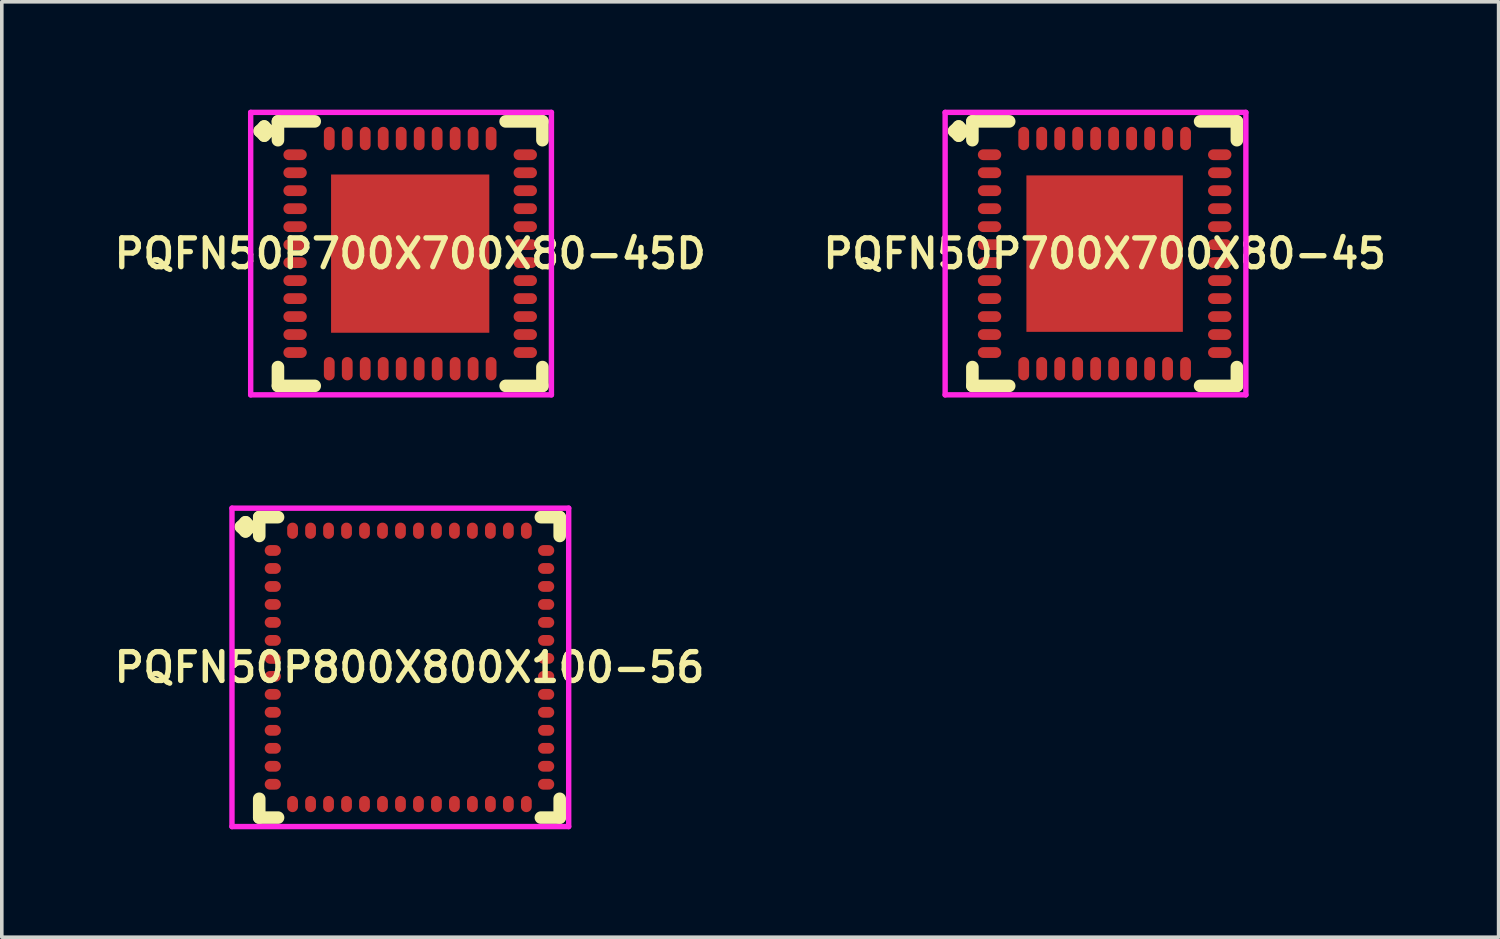
<source format=kicad_pcb>
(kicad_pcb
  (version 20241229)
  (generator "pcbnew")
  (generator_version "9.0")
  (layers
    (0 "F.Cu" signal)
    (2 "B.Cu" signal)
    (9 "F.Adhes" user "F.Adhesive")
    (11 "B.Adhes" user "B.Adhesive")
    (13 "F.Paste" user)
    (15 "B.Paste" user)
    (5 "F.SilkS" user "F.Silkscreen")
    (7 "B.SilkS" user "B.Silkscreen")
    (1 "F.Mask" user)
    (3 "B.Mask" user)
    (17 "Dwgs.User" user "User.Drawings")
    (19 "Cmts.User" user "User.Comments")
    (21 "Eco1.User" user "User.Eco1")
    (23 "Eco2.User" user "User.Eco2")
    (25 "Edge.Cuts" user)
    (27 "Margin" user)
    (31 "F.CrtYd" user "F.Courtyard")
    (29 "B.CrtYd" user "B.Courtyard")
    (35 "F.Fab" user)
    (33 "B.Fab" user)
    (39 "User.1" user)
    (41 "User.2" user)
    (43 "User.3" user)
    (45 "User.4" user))
  (footprint "PQFN50P700X700X80-45D"
    (layer "F.Cu")
    (at 8.355 4.002)
    (property "Reference" "PQFN50P700X700X80-45D" (at 0 0 0) (layer "F.SilkS") (effects (font (size 0.8 0.8) (thickness 0.15))))
    (attr smd)
    (fp_line (start -4.185 -3.408) (end -4.058 -3.535) (stroke (width 0.35) (type solid)) (layer "F.SilkS"))
    (fp_line (start -4.058 -3.535) (end -3.931 -3.408) (stroke (width 0.35) (type solid)) (layer "F.SilkS"))
    (fp_line (start -4.058 -3.281) (end -4.185 -3.408) (stroke (width 0.35) (type solid)) (layer "F.SilkS"))
    (fp_line (start -3.931 -3.408) (end -4.058 -3.281) (stroke (width 0.35) (type solid)) (layer "F.SilkS"))
    (fp_line (start -3.677 -3.677) (end -2.654 -3.677) (stroke (width 0.35) (type solid)) (layer "F.SilkS"))
    (fp_line (start -3.677 -3.154) (end -3.677 -3.677) (stroke (width 0.35) (type solid)) (layer "F.SilkS"))
    (fp_line (start -3.677 3.154) (end -3.677 3.677) (stroke (width 0.35) (type solid)) (layer "F.SilkS"))
    (fp_line (start -3.677 3.677) (end -2.654 3.677) (stroke (width 0.35) (type solid)) (layer "F.SilkS"))
    (fp_line (start 2.654 -3.677) (end 3.677 -3.677) (stroke (width 0.35) (type solid)) (layer "F.SilkS"))
    (fp_line (start 2.654 3.677) (end 3.677 3.677) (stroke (width 0.35) (type solid)) (layer "F.SilkS"))
    (fp_line (start 3.677 -3.677) (end 3.677 -3.154) (stroke (width 0.35) (type solid)) (layer "F.SilkS"))
    (fp_line (start 3.677 3.677) (end 3.677 3.154) (stroke (width 0.35) (type solid)) (layer "F.SilkS"))
    (fp_line (start -4.435 -3.927) (end 3.927 -3.927) (stroke (width 0.15) (type solid)) (layer "F.CrtYd"))
    (fp_line (start -4.435 3.927) (end -4.435 -3.927) (stroke (width 0.15) (type solid)) (layer "F.CrtYd"))
    (fp_line (start 3.927 -3.927) (end 3.927 3.927) (stroke (width 0.15) (type solid)) (layer "F.CrtYd"))
    (fp_line (start 3.927 3.927) (end -4.435 3.927) (stroke (width 0.15) (type solid)) (layer "F.CrtYd"))
    (pad "1" smd oval (at -3.2 -2.75) (size 0.65 0.3) (layers "F.Cu" "F.Mask" "F.Paste"))
    (pad "2" smd oval (at -3.2 -2.25) (size 0.65 0.3) (layers "F.Cu" "F.Mask" "F.Paste"))
    (pad "3" smd oval (at -3.2 -1.75) (size 0.65 0.3) (layers "F.Cu" "F.Mask" "F.Paste"))
    (pad "4" smd oval (at -3.2 -1.25) (size 0.65 0.3) (layers "F.Cu" "F.Mask" "F.Paste"))
    (pad "5" smd oval (at -3.2 -0.75) (size 0.65 0.3) (layers "F.Cu" "F.Mask" "F.Paste"))
    (pad "6" smd oval (at -3.2 -0.25) (size 0.65 0.3) (layers "F.Cu" "F.Mask" "F.Paste"))
    (pad "7" smd oval (at -3.2 0.25) (size 0.65 0.3) (layers "F.Cu" "F.Mask" "F.Paste"))
    (pad "8" smd oval (at -3.2 0.75) (size 0.65 0.3) (layers "F.Cu" "F.Mask" "F.Paste"))
    (pad "9" smd oval (at -3.2 1.25) (size 0.65 0.3) (layers "F.Cu" "F.Mask" "F.Paste"))
    (pad "10" smd oval (at -3.2 1.75) (size 0.65 0.3) (layers "F.Cu" "F.Mask" "F.Paste"))
    (pad "11" smd oval (at -3.2 2.25) (size 0.65 0.3) (layers "F.Cu" "F.Mask" "F.Paste"))
    (pad "12" smd oval (at -3.2 2.75) (size 0.65 0.3) (layers "F.Cu" "F.Mask" "F.Paste"))
    (pad "13" smd oval (at -2.25 3.2) (size 0.3 0.65) (layers "F.Cu" "F.Mask" "F.Paste"))
    (pad "14" smd oval (at -1.75 3.2) (size 0.3 0.65) (layers "F.Cu" "F.Mask" "F.Paste"))
    (pad "15" smd oval (at -1.25 3.2) (size 0.3 0.65) (layers "F.Cu" "F.Mask" "F.Paste"))
    (pad "16" smd oval (at -0.75 3.2) (size 0.3 0.65) (layers "F.Cu" "F.Mask" "F.Paste"))
    (pad "17" smd oval (at -0.25 3.2) (size 0.3 0.65) (layers "F.Cu" "F.Mask" "F.Paste"))
    (pad "18" smd oval (at 0.25 3.2) (size 0.3 0.65) (layers "F.Cu" "F.Mask" "F.Paste"))
    (pad "19" smd oval (at 0.75 3.2) (size 0.3 0.65) (layers "F.Cu" "F.Mask" "F.Paste"))
    (pad "20" smd oval (at 1.25 3.2) (size 0.3 0.65) (layers "F.Cu" "F.Mask" "F.Paste"))
    (pad "21" smd oval (at 1.75 3.2) (size 0.3 0.65) (layers "F.Cu" "F.Mask" "F.Paste"))
    (pad "22" smd oval (at 2.25 3.2) (size 0.3 0.65) (layers "F.Cu" "F.Mask" "F.Paste"))
    (pad "23" smd oval (at 3.2 2.75) (size 0.65 0.3) (layers "F.Cu" "F.Mask" "F.Paste"))
    (pad "24" smd oval (at 3.2 2.25) (size 0.65 0.3) (layers "F.Cu" "F.Mask" "F.Paste"))
    (pad "25" smd oval (at 3.2 1.75) (size 0.65 0.3) (layers "F.Cu" "F.Mask" "F.Paste"))
    (pad "26" smd oval (at 3.2 1.25) (size 0.65 0.3) (layers "F.Cu" "F.Mask" "F.Paste"))
    (pad "27" smd oval (at 3.2 0.75) (size 0.65 0.3) (layers "F.Cu" "F.Mask" "F.Paste"))
    (pad "28" smd oval (at 3.2 0.25) (size 0.65 0.3) (layers "F.Cu" "F.Mask" "F.Paste"))
    (pad "29" smd oval (at 3.2 -0.25) (size 0.65 0.3) (layers "F.Cu" "F.Mask" "F.Paste"))
    (pad "30" smd oval (at 3.2 -0.75) (size 0.65 0.3) (layers "F.Cu" "F.Mask" "F.Paste"))
    (pad "31" smd oval (at 3.2 -1.25) (size 0.65 0.3) (layers "F.Cu" "F.Mask" "F.Paste"))
    (pad "32" smd oval (at 3.2 -1.75) (size 0.65 0.3) (layers "F.Cu" "F.Mask" "F.Paste"))
    (pad "33" smd oval (at 3.2 -2.25) (size 0.65 0.3) (layers "F.Cu" "F.Mask" "F.Paste"))
    (pad "34" smd oval (at 3.2 -2.75) (size 0.65 0.3) (layers "F.Cu" "F.Mask" "F.Paste"))
    (pad "35" smd oval (at 2.25 -3.2) (size 0.3 0.65) (layers "F.Cu" "F.Mask" "F.Paste"))
    (pad "36" smd oval (at 1.75 -3.2) (size 0.3 0.65) (layers "F.Cu" "F.Mask" "F.Paste"))
    (pad "37" smd oval (at 1.25 -3.2) (size 0.3 0.65) (layers "F.Cu" "F.Mask" "F.Paste"))
    (pad "38" smd oval (at 0.75 -3.2) (size 0.3 0.65) (layers "F.Cu" "F.Mask" "F.Paste"))
    (pad "39" smd oval (at 0.25 -3.2) (size 0.3 0.65) (layers "F.Cu" "F.Mask" "F.Paste"))
    (pad "40" smd oval (at -0.25 -3.2) (size 0.3 0.65) (layers "F.Cu" "F.Mask" "F.Paste"))
    (pad "41" smd oval (at -0.75 -3.2) (size 0.3 0.65) (layers "F.Cu" "F.Mask" "F.Paste"))
    (pad "42" smd oval (at -1.25 -3.2) (size 0.3 0.65) (layers "F.Cu" "F.Mask" "F.Paste"))
    (pad "43" smd oval (at -1.75 -3.2) (size 0.3 0.65) (layers "F.Cu" "F.Mask" "F.Paste"))
    (pad "44" smd oval (at -2.25 -3.2) (size 0.3 0.65) (layers "F.Cu" "F.Mask" "F.Paste"))
    (pad "45" smd rect (at 0 0) (size 4.4 4.4) (layers "F.Cu" "F.Mask" "F.Paste")))
  (footprint "PQFN50P700X700X80-45"
    (layer "F.Cu")
    (at 27.664 4.002)
    (property "Reference" "PQFN50P700X700X80-45" (at 0 0 0) (layer "F.SilkS") (effects (font (size 0.8 0.8) (thickness 0.15))))
    (attr smd)
    (fp_line (start -4.185 -3.408) (end -4.058 -3.535) (stroke (width 0.35) (type solid)) (layer "F.SilkS"))
    (fp_line (start -4.058 -3.535) (end -3.931 -3.408) (stroke (width 0.35) (type solid)) (layer "F.SilkS"))
    (fp_line (start -4.058 -3.281) (end -4.185 -3.408) (stroke (width 0.35) (type solid)) (layer "F.SilkS"))
    (fp_line (start -3.931 -3.408) (end -4.058 -3.281) (stroke (width 0.35) (type solid)) (layer "F.SilkS"))
    (fp_line (start -3.677 -3.677) (end -2.654 -3.677) (stroke (width 0.35) (type solid)) (layer "F.SilkS"))
    (fp_line (start -3.677 -3.154) (end -3.677 -3.677) (stroke (width 0.35) (type solid)) (layer "F.SilkS"))
    (fp_line (start -3.677 3.154) (end -3.677 3.677) (stroke (width 0.35) (type solid)) (layer "F.SilkS"))
    (fp_line (start -3.677 3.677) (end -2.654 3.677) (stroke (width 0.35) (type solid)) (layer "F.SilkS"))
    (fp_line (start 2.654 -3.677) (end 3.677 -3.677) (stroke (width 0.35) (type solid)) (layer "F.SilkS"))
    (fp_line (start 2.654 3.677) (end 3.677 3.677) (stroke (width 0.35) (type solid)) (layer "F.SilkS"))
    (fp_line (start 3.677 -3.677) (end 3.677 -3.154) (stroke (width 0.35) (type solid)) (layer "F.SilkS"))
    (fp_line (start 3.677 3.677) (end 3.677 3.154) (stroke (width 0.35) (type solid)) (layer "F.SilkS"))
    (fp_line (start -4.435 -3.927) (end 3.927 -3.927) (stroke (width 0.15) (type solid)) (layer "F.CrtYd"))
    (fp_line (start -4.435 3.927) (end -4.435 -3.927) (stroke (width 0.15) (type solid)) (layer "F.CrtYd"))
    (fp_line (start 3.927 -3.927) (end 3.927 3.927) (stroke (width 0.15) (type solid)) (layer "F.CrtYd"))
    (fp_line (start 3.927 3.927) (end -4.435 3.927) (stroke (width 0.15) (type solid)) (layer "F.CrtYd"))
    (pad "1" smd oval (at -3.2 -2.75) (size 0.65 0.3) (layers "F.Cu" "F.Mask" "F.Paste"))
    (pad "2" smd oval (at -3.2 -2.25) (size 0.65 0.3) (layers "F.Cu" "F.Mask" "F.Paste"))
    (pad "3" smd oval (at -3.2 -1.75) (size 0.65 0.3) (layers "F.Cu" "F.Mask" "F.Paste"))
    (pad "4" smd oval (at -3.2 -1.25) (size 0.65 0.3) (layers "F.Cu" "F.Mask" "F.Paste"))
    (pad "5" smd oval (at -3.2 -0.75) (size 0.65 0.3) (layers "F.Cu" "F.Mask" "F.Paste"))
    (pad "6" smd oval (at -3.2 -0.25) (size 0.65 0.3) (layers "F.Cu" "F.Mask" "F.Paste"))
    (pad "7" smd oval (at -3.2 0.25) (size 0.65 0.3) (layers "F.Cu" "F.Mask" "F.Paste"))
    (pad "8" smd oval (at -3.2 0.75) (size 0.65 0.3) (layers "F.Cu" "F.Mask" "F.Paste"))
    (pad "9" smd oval (at -3.2 1.25) (size 0.65 0.3) (layers "F.Cu" "F.Mask" "F.Paste"))
    (pad "10" smd oval (at -3.2 1.75) (size 0.65 0.3) (layers "F.Cu" "F.Mask" "F.Paste"))
    (pad "11" smd oval (at -3.2 2.25) (size 0.65 0.3) (layers "F.Cu" "F.Mask" "F.Paste"))
    (pad "12" smd oval (at -3.2 2.75) (size 0.65 0.3) (layers "F.Cu" "F.Mask" "F.Paste"))
    (pad "13" smd oval (at -2.25 3.2) (size 0.3 0.65) (layers "F.Cu" "F.Mask" "F.Paste"))
    (pad "14" smd oval (at -1.75 3.2) (size 0.3 0.65) (layers "F.Cu" "F.Mask" "F.Paste"))
    (pad "15" smd oval (at -1.25 3.2) (size 0.3 0.65) (layers "F.Cu" "F.Mask" "F.Paste"))
    (pad "16" smd oval (at -0.75 3.2) (size 0.3 0.65) (layers "F.Cu" "F.Mask" "F.Paste"))
    (pad "17" smd oval (at -0.25 3.2) (size 0.3 0.65) (layers "F.Cu" "F.Mask" "F.Paste"))
    (pad "18" smd oval (at 0.25 3.2) (size 0.3 0.65) (layers "F.Cu" "F.Mask" "F.Paste"))
    (pad "19" smd oval (at 0.75 3.2) (size 0.3 0.65) (layers "F.Cu" "F.Mask" "F.Paste"))
    (pad "20" smd oval (at 1.25 3.2) (size 0.3 0.65) (layers "F.Cu" "F.Mask" "F.Paste"))
    (pad "21" smd oval (at 1.75 3.2) (size 0.3 0.65) (layers "F.Cu" "F.Mask" "F.Paste"))
    (pad "22" smd oval (at 2.25 3.2) (size 0.3 0.65) (layers "F.Cu" "F.Mask" "F.Paste"))
    (pad "23" smd oval (at 3.2 2.75) (size 0.65 0.3) (layers "F.Cu" "F.Mask" "F.Paste"))
    (pad "24" smd oval (at 3.2 2.25) (size 0.65 0.3) (layers "F.Cu" "F.Mask" "F.Paste"))
    (pad "25" smd oval (at 3.2 1.75) (size 0.65 0.3) (layers "F.Cu" "F.Mask" "F.Paste"))
    (pad "26" smd oval (at 3.2 1.25) (size 0.65 0.3) (layers "F.Cu" "F.Mask" "F.Paste"))
    (pad "27" smd oval (at 3.2 0.75) (size 0.65 0.3) (layers "F.Cu" "F.Mask" "F.Paste"))
    (pad "28" smd oval (at 3.2 0.25) (size 0.65 0.3) (layers "F.Cu" "F.Mask" "F.Paste"))
    (pad "29" smd oval (at 3.2 -0.25) (size 0.65 0.3) (layers "F.Cu" "F.Mask" "F.Paste"))
    (pad "30" smd oval (at 3.2 -0.75) (size 0.65 0.3) (layers "F.Cu" "F.Mask" "F.Paste"))
    (pad "31" smd oval (at 3.2 -1.25) (size 0.65 0.3) (layers "F.Cu" "F.Mask" "F.Paste"))
    (pad "32" smd oval (at 3.2 -1.75) (size 0.65 0.3) (layers "F.Cu" "F.Mask" "F.Paste"))
    (pad "33" smd oval (at 3.2 -2.25) (size 0.65 0.3) (layers "F.Cu" "F.Mask" "F.Paste"))
    (pad "34" smd oval (at 3.2 -2.75) (size 0.65 0.3) (layers "F.Cu" "F.Mask" "F.Paste"))
    (pad "35" smd oval (at 2.25 -3.2) (size 0.3 0.65) (layers "F.Cu" "F.Mask" "F.Paste"))
    (pad "36" smd oval (at 1.75 -3.2) (size 0.3 0.65) (layers "F.Cu" "F.Mask" "F.Paste"))
    (pad "37" smd oval (at 1.25 -3.2) (size 0.3 0.65) (layers "F.Cu" "F.Mask" "F.Paste"))
    (pad "38" smd oval (at 0.75 -3.2) (size 0.3 0.65) (layers "F.Cu" "F.Mask" "F.Paste"))
    (pad "39" smd oval (at 0.25 -3.2) (size 0.3 0.65) (layers "F.Cu" "F.Mask" "F.Paste"))
    (pad "40" smd oval (at -0.25 -3.2) (size 0.3 0.65) (layers "F.Cu" "F.Mask" "F.Paste"))
    (pad "41" smd oval (at -0.75 -3.2) (size 0.3 0.65) (layers "F.Cu" "F.Mask" "F.Paste"))
    (pad "42" smd oval (at -1.25 -3.2) (size 0.3 0.65) (layers "F.Cu" "F.Mask" "F.Paste"))
    (pad "43" smd oval (at -1.75 -3.2) (size 0.3 0.65) (layers "F.Cu" "F.Mask" "F.Paste"))
    (pad "44" smd oval (at -2.25 -3.2) (size 0.3 0.65) (layers "F.Cu" "F.Mask" "F.Paste"))
    (pad "45" smd rect (at 0 0) (size 4.35 4.35) (layers "F.Cu" "F.Mask" "F.Paste")))
  (footprint "PQFN50P800X800X100-56"
    (layer "F.Cu")
    (at 8.335 15.506)
    (property "Reference" "PQFN50P800X800X100-56" (at 0 0 0) (layer "F.SilkS") (effects (font (size 0.8 0.8) (thickness 0.15))))
    (attr smd)
    (fp_line (start -4.685 -3.908) (end -4.558 -4.035) (stroke (width 0.35) (type solid)) (layer "F.SilkS"))
    (fp_line (start -4.558 -4.035) (end -4.431 -3.908) (stroke (width 0.35) (type solid)) (layer "F.SilkS"))
    (fp_line (start -4.558 -3.781) (end -4.685 -3.908) (stroke (width 0.35) (type solid)) (layer "F.SilkS"))
    (fp_line (start -4.431 -3.908) (end -4.558 -3.781) (stroke (width 0.35) (type solid)) (layer "F.SilkS"))
    (fp_line (start -4.177 -4.177) (end -3.654 -4.177) (stroke (width 0.35) (type solid)) (layer "F.SilkS"))
    (fp_line (start -4.177 -3.654) (end -4.177 -4.177) (stroke (width 0.35) (type solid)) (layer "F.SilkS"))
    (fp_line (start -4.177 3.654) (end -4.177 4.177) (stroke (width 0.35) (type solid)) (layer "F.SilkS"))
    (fp_line (start -4.177 4.177) (end -3.654 4.177) (stroke (width 0.35) (type solid)) (layer "F.SilkS"))
    (fp_line (start 3.654 -4.177) (end 4.177 -4.177) (stroke (width 0.35) (type solid)) (layer "F.SilkS"))
    (fp_line (start 3.654 4.177) (end 4.177 4.177) (stroke (width 0.35) (type solid)) (layer "F.SilkS"))
    (fp_line (start 4.177 -4.177) (end 4.177 -3.654) (stroke (width 0.35) (type solid)) (layer "F.SilkS"))
    (fp_line (start 4.177 4.177) (end 4.177 3.654) (stroke (width 0.35) (type solid)) (layer "F.SilkS"))
    (fp_line (start -4.935 -4.427) (end 4.427 -4.427) (stroke (width 0.15) (type solid)) (layer "F.CrtYd"))
    (fp_line (start -4.935 4.427) (end -4.935 -4.427) (stroke (width 0.15) (type solid)) (layer "F.CrtYd"))
    (fp_line (start 4.427 -4.427) (end 4.427 4.427) (stroke (width 0.15) (type solid)) (layer "F.CrtYd"))
    (fp_line (start 4.427 4.427) (end -4.935 4.427) (stroke (width 0.15) (type solid)) (layer "F.CrtYd"))
    (pad "1" smd oval (at -3.8 -3.25) (size 0.45 0.3) (layers "F.Cu" "F.Mask" "F.Paste"))
    (pad "2" smd oval (at -3.8 -2.75) (size 0.45 0.3) (layers "F.Cu" "F.Mask" "F.Paste"))
    (pad "3" smd oval (at -3.8 -2.25) (size 0.45 0.3) (layers "F.Cu" "F.Mask" "F.Paste"))
    (pad "4" smd oval (at -3.8 -1.75) (size 0.45 0.3) (layers "F.Cu" "F.Mask" "F.Paste"))
    (pad "5" smd oval (at -3.8 -1.25) (size 0.45 0.3) (layers "F.Cu" "F.Mask" "F.Paste"))
    (pad "6" smd oval (at -3.8 -0.75) (size 0.45 0.3) (layers "F.Cu" "F.Mask" "F.Paste"))
    (pad "7" smd oval (at -3.8 -0.25) (size 0.45 0.3) (layers "F.Cu" "F.Mask" "F.Paste"))
    (pad "8" smd oval (at -3.8 0.25) (size 0.45 0.3) (layers "F.Cu" "F.Mask" "F.Paste"))
    (pad "9" smd oval (at -3.8 0.75) (size 0.45 0.3) (layers "F.Cu" "F.Mask" "F.Paste"))
    (pad "10" smd oval (at -3.8 1.25) (size 0.45 0.3) (layers "F.Cu" "F.Mask" "F.Paste"))
    (pad "11" smd oval (at -3.8 1.75) (size 0.45 0.3) (layers "F.Cu" "F.Mask" "F.Paste"))
    (pad "12" smd oval (at -3.8 2.25) (size 0.45 0.3) (layers "F.Cu" "F.Mask" "F.Paste"))
    (pad "13" smd oval (at -3.8 2.75) (size 0.45 0.3) (layers "F.Cu" "F.Mask" "F.Paste"))
    (pad "14" smd oval (at -3.8 3.25) (size 0.45 0.3) (layers "F.Cu" "F.Mask" "F.Paste"))
    (pad "15" smd oval (at -3.25 3.8) (size 0.3 0.45) (layers "F.Cu" "F.Mask" "F.Paste"))
    (pad "16" smd oval (at -2.75 3.8) (size 0.3 0.45) (layers "F.Cu" "F.Mask" "F.Paste"))
    (pad "17" smd oval (at -2.25 3.8) (size 0.3 0.45) (layers "F.Cu" "F.Mask" "F.Paste"))
    (pad "18" smd oval (at -1.75 3.8) (size 0.3 0.45) (layers "F.Cu" "F.Mask" "F.Paste"))
    (pad "19" smd oval (at -1.25 3.8) (size 0.3 0.45) (layers "F.Cu" "F.Mask" "F.Paste"))
    (pad "20" smd oval (at -0.75 3.8) (size 0.3 0.45) (layers "F.Cu" "F.Mask" "F.Paste"))
    (pad "21" smd oval (at -0.25 3.8) (size 0.3 0.45) (layers "F.Cu" "F.Mask" "F.Paste"))
    (pad "22" smd oval (at 0.25 3.8) (size 0.3 0.45) (layers "F.Cu" "F.Mask" "F.Paste"))
    (pad "23" smd oval (at 0.75 3.8) (size 0.3 0.45) (layers "F.Cu" "F.Mask" "F.Paste"))
    (pad "24" smd oval (at 1.25 3.8) (size 0.3 0.45) (layers "F.Cu" "F.Mask" "F.Paste"))
    (pad "25" smd oval (at 1.75 3.8) (size 0.3 0.45) (layers "F.Cu" "F.Mask" "F.Paste"))
    (pad "26" smd oval (at 2.25 3.8) (size 0.3 0.45) (layers "F.Cu" "F.Mask" "F.Paste"))
    (pad "27" smd oval (at 2.75 3.8) (size 0.3 0.45) (layers "F.Cu" "F.Mask" "F.Paste"))
    (pad "28" smd oval (at 3.25 3.8) (size 0.3 0.45) (layers "F.Cu" "F.Mask" "F.Paste"))
    (pad "29" smd oval (at 3.8 3.25) (size 0.45 0.3) (layers "F.Cu" "F.Mask" "F.Paste"))
    (pad "30" smd oval (at 3.8 2.75) (size 0.45 0.3) (layers "F.Cu" "F.Mask" "F.Paste"))
    (pad "31" smd oval (at 3.8 2.25) (size 0.45 0.3) (layers "F.Cu" "F.Mask" "F.Paste"))
    (pad "32" smd oval (at 3.8 1.75) (size 0.45 0.3) (layers "F.Cu" "F.Mask" "F.Paste"))
    (pad "33" smd oval (at 3.8 1.25) (size 0.45 0.3) (layers "F.Cu" "F.Mask" "F.Paste"))
    (pad "34" smd oval (at 3.8 0.75) (size 0.45 0.3) (layers "F.Cu" "F.Mask" "F.Paste"))
    (pad "35" smd oval (at 3.8 0.25) (size 0.45 0.3) (layers "F.Cu" "F.Mask" "F.Paste"))
    (pad "36" smd oval (at 3.8 -0.25) (size 0.45 0.3) (layers "F.Cu" "F.Mask" "F.Paste"))
    (pad "37" smd oval (at 3.8 -0.75) (size 0.45 0.3) (layers "F.Cu" "F.Mask" "F.Paste"))
    (pad "38" smd oval (at 3.8 -1.25) (size 0.45 0.3) (layers "F.Cu" "F.Mask" "F.Paste"))
    (pad "39" smd oval (at 3.8 -1.75) (size 0.45 0.3) (layers "F.Cu" "F.Mask" "F.Paste"))
    (pad "40" smd oval (at 3.8 -2.25) (size 0.45 0.3) (layers "F.Cu" "F.Mask" "F.Paste"))
    (pad "41" smd oval (at 3.8 -2.75) (size 0.45 0.3) (layers "F.Cu" "F.Mask" "F.Paste"))
    (pad "42" smd oval (at 3.8 -3.25) (size 0.45 0.3) (layers "F.Cu" "F.Mask" "F.Paste"))
    (pad "43" smd oval (at 3.25 -3.8) (size 0.3 0.45) (layers "F.Cu" "F.Mask" "F.Paste"))
    (pad "44" smd oval (at 2.75 -3.8) (size 0.3 0.45) (layers "F.Cu" "F.Mask" "F.Paste"))
    (pad "45" smd oval (at 2.25 -3.8) (size 0.3 0.45) (layers "F.Cu" "F.Mask" "F.Paste"))
    (pad "46" smd oval (at 1.75 -3.8) (size 0.3 0.45) (layers "F.Cu" "F.Mask" "F.Paste"))
    (pad "47" smd oval (at 1.25 -3.8) (size 0.3 0.45) (layers "F.Cu" "F.Mask" "F.Paste"))
    (pad "48" smd oval (at 0.75 -3.8) (size 0.3 0.45) (layers "F.Cu" "F.Mask" "F.Paste"))
    (pad "49" smd oval (at 0.25 -3.8) (size 0.3 0.45) (layers "F.Cu" "F.Mask" "F.Paste"))
    (pad "50" smd oval (at -0.25 -3.8) (size 0.3 0.45) (layers "F.Cu" "F.Mask" "F.Paste"))
    (pad "51" smd oval (at -0.75 -3.8) (size 0.3 0.45) (layers "F.Cu" "F.Mask" "F.Paste"))
    (pad "52" smd oval (at -1.25 -3.8) (size 0.3 0.45) (layers "F.Cu" "F.Mask" "F.Paste"))
    (pad "53" smd oval (at -1.75 -3.8) (size 0.3 0.45) (layers "F.Cu" "F.Mask" "F.Paste"))
    (pad "54" smd oval (at -2.25 -3.8) (size 0.3 0.45) (layers "F.Cu" "F.Mask" "F.Paste"))
    (pad "55" smd oval (at -2.75 -3.8) (size 0.3 0.45) (layers "F.Cu" "F.Mask" "F.Paste"))
    (pad "56" smd oval (at -3.25 -3.8) (size 0.3 0.45) (layers "F.Cu" "F.Mask" "F.Paste")))
  (gr_rect
    (start -3 -3)
    (end 38.618 23.008)
    (stroke (width 0.1) (type default))
    (fill no)
    (layer "Edge.Cuts")))
</source>
